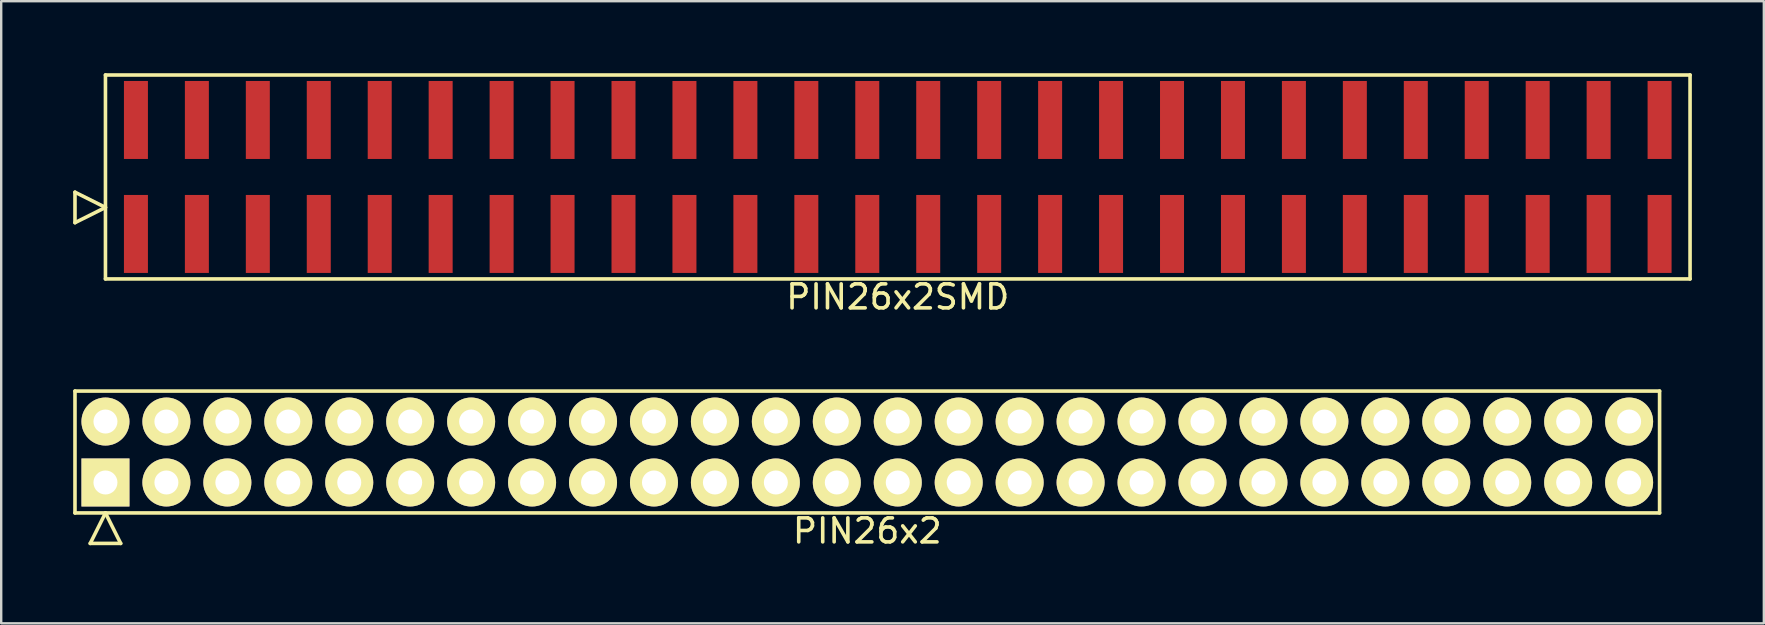
<source format=kicad_pcb>
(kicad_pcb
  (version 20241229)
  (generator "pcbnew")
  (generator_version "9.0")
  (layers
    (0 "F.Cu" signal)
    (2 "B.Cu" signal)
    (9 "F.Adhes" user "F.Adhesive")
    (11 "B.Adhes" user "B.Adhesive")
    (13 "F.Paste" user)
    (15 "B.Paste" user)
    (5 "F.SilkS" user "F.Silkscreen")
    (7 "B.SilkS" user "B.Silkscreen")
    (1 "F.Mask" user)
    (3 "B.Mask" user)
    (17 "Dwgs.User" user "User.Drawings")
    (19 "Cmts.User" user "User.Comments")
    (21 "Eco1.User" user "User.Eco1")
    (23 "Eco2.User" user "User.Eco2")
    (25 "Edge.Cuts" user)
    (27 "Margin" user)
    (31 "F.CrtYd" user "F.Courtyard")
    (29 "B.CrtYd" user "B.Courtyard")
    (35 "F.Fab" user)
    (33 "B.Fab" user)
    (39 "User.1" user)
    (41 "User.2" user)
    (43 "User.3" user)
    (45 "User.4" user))
  (footprint "PIN26x2"
    (layer "F.Cu")
    (at 33.095 15.788)
    (property "Reference" "PIN26x2" (at 0 3.29 0) (layer "F.SilkS") (effects (font (size 1 1) (thickness 0.15))))
    (attr through_hole)
    (fp_line (start -33.02 -2.54) (end -33.02 2.54) (stroke (width 0.15) (type solid)) (layer "F.SilkS"))
    (fp_line (start -33.02 2.54) (end 33.02 2.54) (stroke (width 0.15) (type solid)) (layer "F.SilkS"))
    (fp_line (start -32.385 3.81) (end -31.75 2.54) (stroke (width 0.15) (type solid)) (layer "F.SilkS"))
    (fp_line (start -32.385 3.81) (end -31.115 3.81) (stroke (width 0.15) (type solid)) (layer "F.SilkS"))
    (fp_line (start -31.115 3.81) (end -31.75 2.54) (stroke (width 0.15) (type solid)) (layer "F.SilkS"))
    (fp_line (start 33.02 -2.54) (end -33.02 -2.54) (stroke (width 0.15) (type solid)) (layer "F.SilkS"))
    (fp_line (start 33.02 2.54) (end 33.02 -2.54) (stroke (width 0.15) (type solid)) (layer "F.SilkS"))
    (pad "1" thru_hole rect (at -31.75 1.27) (size 2 2) (drill 1) (layers "*.Cu" "*.Mask" "F.SilkS"))
    (pad "2" thru_hole oval (at -31.75 -1.27) (size 2 2) (drill 1) (layers "*.Cu" "*.Mask" "F.SilkS"))
    (pad "3" thru_hole oval (at -29.21 1.27) (size 2 2) (drill 1) (layers "*.Cu" "*.Mask" "F.SilkS"))
    (pad "4" thru_hole oval (at -29.21 -1.27) (size 2 2) (drill 1) (layers "*.Cu" "*.Mask" "F.SilkS"))
    (pad "5" thru_hole oval (at -26.67 1.27) (size 2 2) (drill 1) (layers "*.Cu" "*.Mask" "F.SilkS"))
    (pad "6" thru_hole oval (at -26.67 -1.27) (size 2 2) (drill 1) (layers "*.Cu" "*.Mask" "F.SilkS"))
    (pad "7" thru_hole oval (at -24.13 1.27) (size 2 2) (drill 1) (layers "*.Cu" "*.Mask" "F.SilkS"))
    (pad "8" thru_hole oval (at -24.13 -1.27) (size 2 2) (drill 1) (layers "*.Cu" "*.Mask" "F.SilkS"))
    (pad "9" thru_hole oval (at -21.59 1.27) (size 2 2) (drill 1) (layers "*.Cu" "*.Mask" "F.SilkS"))
    (pad "10" thru_hole oval (at -21.59 -1.27) (size 2 2) (drill 1) (layers "*.Cu" "*.Mask" "F.SilkS"))
    (pad "11" thru_hole oval (at -19.05 1.27) (size 2 2) (drill 1) (layers "*.Cu" "*.Mask" "F.SilkS"))
    (pad "12" thru_hole oval (at -19.05 -1.27) (size 2 2) (drill 1) (layers "*.Cu" "*.Mask" "F.SilkS"))
    (pad "13" thru_hole oval (at -16.51 1.27) (size 2 2) (drill 1) (layers "*.Cu" "*.Mask" "F.SilkS"))
    (pad "14" thru_hole oval (at -16.51 -1.27) (size 2 2) (drill 1) (layers "*.Cu" "*.Mask" "F.SilkS"))
    (pad "15" thru_hole oval (at -13.97 1.27) (size 2 2) (drill 1) (layers "*.Cu" "*.Mask" "F.SilkS"))
    (pad "16" thru_hole oval (at -13.97 -1.27) (size 2 2) (drill 1) (layers "*.Cu" "*.Mask" "F.SilkS"))
    (pad "17" thru_hole oval (at -11.43 1.27) (size 2 2) (drill 1) (layers "*.Cu" "*.Mask" "F.SilkS"))
    (pad "18" thru_hole oval (at -11.43 -1.27) (size 2 2) (drill 1) (layers "*.Cu" "*.Mask" "F.SilkS"))
    (pad "19" thru_hole oval (at -8.89 1.27) (size 2 2) (drill 1) (layers "*.Cu" "*.Mask" "F.SilkS"))
    (pad "20" thru_hole oval (at -8.89 -1.27) (size 2 2) (drill 1) (layers "*.Cu" "*.Mask" "F.SilkS"))
    (pad "21" thru_hole oval (at -6.35 1.27) (size 2 2) (drill 1) (layers "*.Cu" "*.Mask" "F.SilkS"))
    (pad "22" thru_hole oval (at -6.35 -1.27) (size 2 2) (drill 1) (layers "*.Cu" "*.Mask" "F.SilkS"))
    (pad "23" thru_hole oval (at -3.81 1.27) (size 2 2) (drill 1) (layers "*.Cu" "*.Mask" "F.SilkS"))
    (pad "24" thru_hole oval (at -3.81 -1.27) (size 2 2) (drill 1) (layers "*.Cu" "*.Mask" "F.SilkS"))
    (pad "25" thru_hole oval (at -1.27 1.27) (size 2 2) (drill 1) (layers "*.Cu" "*.Mask" "F.SilkS"))
    (pad "26" thru_hole oval (at -1.27 -1.27) (size 2 2) (drill 1) (layers "*.Cu" "*.Mask" "F.SilkS"))
    (pad "27" thru_hole oval (at 1.27 1.27) (size 2 2) (drill 1) (layers "*.Cu" "*.Mask" "F.SilkS"))
    (pad "28" thru_hole oval (at 1.27 -1.27) (size 2 2) (drill 1) (layers "*.Cu" "*.Mask" "F.SilkS"))
    (pad "29" thru_hole oval (at 3.81 1.27) (size 2 2) (drill 1) (layers "*.Cu" "*.Mask" "F.SilkS"))
    (pad "30" thru_hole oval (at 3.81 -1.27) (size 2 2) (drill 1) (layers "*.Cu" "*.Mask" "F.SilkS"))
    (pad "31" thru_hole oval (at 6.35 1.27) (size 2 2) (drill 1) (layers "*.Cu" "*.Mask" "F.SilkS"))
    (pad "32" thru_hole oval (at 6.35 -1.27) (size 2 2) (drill 1) (layers "*.Cu" "*.Mask" "F.SilkS"))
    (pad "33" thru_hole oval (at 8.89 1.27) (size 2 2) (drill 1) (layers "*.Cu" "*.Mask" "F.SilkS"))
    (pad "34" thru_hole oval (at 8.89 -1.27) (size 2 2) (drill 1) (layers "*.Cu" "*.Mask" "F.SilkS"))
    (pad "35" thru_hole oval (at 11.43 1.27) (size 2 2) (drill 1) (layers "*.Cu" "*.Mask" "F.SilkS"))
    (pad "36" thru_hole oval (at 11.43 -1.27) (size 2 2) (drill 1) (layers "*.Cu" "*.Mask" "F.SilkS"))
    (pad "37" thru_hole oval (at 13.97 1.27) (size 2 2) (drill 1) (layers "*.Cu" "*.Mask" "F.SilkS"))
    (pad "38" thru_hole oval (at 13.97 -1.27) (size 2 2) (drill 1) (layers "*.Cu" "*.Mask" "F.SilkS"))
    (pad "39" thru_hole oval (at 16.51 1.27) (size 2 2) (drill 1) (layers "*.Cu" "*.Mask" "F.SilkS"))
    (pad "40" thru_hole oval (at 16.51 -1.27) (size 2 2) (drill 1) (layers "*.Cu" "*.Mask" "F.SilkS"))
    (pad "41" thru_hole oval (at 19.05 1.27) (size 2 2) (drill 1) (layers "*.Cu" "*.Mask" "F.SilkS"))
    (pad "42" thru_hole oval (at 19.05 -1.27) (size 2 2) (drill 1) (layers "*.Cu" "*.Mask" "F.SilkS"))
    (pad "43" thru_hole oval (at 21.59 1.27) (size 2 2) (drill 1) (layers "*.Cu" "*.Mask" "F.SilkS"))
    (pad "44" thru_hole oval (at 21.59 -1.27) (size 2 2) (drill 1) (layers "*.Cu" "*.Mask" "F.SilkS"))
    (pad "45" thru_hole oval (at 24.13 1.27) (size 2 2) (drill 1) (layers "*.Cu" "*.Mask" "F.SilkS"))
    (pad "46" thru_hole oval (at 24.13 -1.27) (size 2 2) (drill 1) (layers "*.Cu" "*.Mask" "F.SilkS"))
    (pad "47" thru_hole oval (at 26.67 1.27) (size 2 2) (drill 1) (layers "*.Cu" "*.Mask" "F.SilkS"))
    (pad "48" thru_hole oval (at 26.67 -1.27) (size 2 2) (drill 1) (layers "*.Cu" "*.Mask" "F.SilkS"))
    (pad "49" thru_hole oval (at 29.21 1.27) (size 2 2) (drill 1) (layers "*.Cu" "*.Mask" "F.SilkS"))
    (pad "50" thru_hole oval (at 29.21 -1.27) (size 2 2) (drill 1) (layers "*.Cu" "*.Mask" "F.SilkS"))
    (pad "51" thru_hole oval (at 31.75 1.27) (size 2 2) (drill 1) (layers "*.Cu" "*.Mask" "F.SilkS"))
    (pad "52" thru_hole oval (at 31.75 -1.27) (size 2 2) (drill 1) (layers "*.Cu" "*.Mask" "F.SilkS")))
  (footprint "PIN26x2SMD"
    (layer "F.Cu")
    (at 34.365 4.325)
    (property "Reference" "PIN26x2SMD" (at 0 5 0) (layer "F.SilkS") (effects (font (size 1 1) (thickness 0.15))))
    (attr through_hole)
    (fp_line (start -34.29 1.905) (end -34.29 0.635) (stroke (width 0.15) (type solid)) (layer "F.SilkS"))
    (fp_line (start -33.02 -4.25) (end -33.02 4.25) (stroke (width 0.15) (type solid)) (layer "F.SilkS"))
    (fp_line (start -33.02 1.27) (end -34.29 0.635) (stroke (width 0.15) (type solid)) (layer "F.SilkS"))
    (fp_line (start -33.02 1.27) (end -34.29 1.905) (stroke (width 0.15) (type solid)) (layer "F.SilkS"))
    (fp_line (start -33.02 4.25) (end 33.02 4.25) (stroke (width 0.15) (type solid)) (layer "F.SilkS"))
    (fp_line (start 33.02 -4.25) (end -33.02 -4.25) (stroke (width 0.15) (type solid)) (layer "F.SilkS"))
    (fp_line (start 33.02 4.25) (end 33.02 -4.25) (stroke (width 0.15) (type solid)) (layer "F.SilkS"))
    (pad "1" smd rect (at -31.75 2.375) (size 1 3.25) (layers "F.Cu" "F.Mask" "F.Paste"))
    (pad "2" smd rect (at -31.75 -2.375) (size 1 3.25) (layers "F.Cu" "F.Mask" "F.Paste"))
    (pad "3" smd rect (at -29.21 2.375) (size 1 3.25) (layers "F.Cu" "F.Mask" "F.Paste"))
    (pad "4" smd rect (at -29.21 -2.375) (size 1 3.25) (layers "F.Cu" "F.Mask" "F.Paste"))
    (pad "5" smd rect (at -26.67 2.375) (size 1 3.25) (layers "F.Cu" "F.Mask" "F.Paste"))
    (pad "6" smd rect (at -26.67 -2.375) (size 1 3.25) (layers "F.Cu" "F.Mask" "F.Paste"))
    (pad "7" smd rect (at -24.13 2.375) (size 1 3.25) (layers "F.Cu" "F.Mask" "F.Paste"))
    (pad "8" smd rect (at -24.13 -2.375) (size 1 3.25) (layers "F.Cu" "F.Mask" "F.Paste"))
    (pad "9" smd rect (at -21.59 2.375) (size 1 3.25) (layers "F.Cu" "F.Mask" "F.Paste"))
    (pad "10" smd rect (at -21.59 -2.375) (size 1 3.25) (layers "F.Cu" "F.Mask" "F.Paste"))
    (pad "11" smd rect (at -19.05 2.375) (size 1 3.25) (layers "F.Cu" "F.Mask" "F.Paste"))
    (pad "12" smd rect (at -19.05 -2.375) (size 1 3.25) (layers "F.Cu" "F.Mask" "F.Paste"))
    (pad "13" smd rect (at -16.51 2.375) (size 1 3.25) (layers "F.Cu" "F.Mask" "F.Paste"))
    (pad "14" smd rect (at -16.51 -2.375) (size 1 3.25) (layers "F.Cu" "F.Mask" "F.Paste"))
    (pad "15" smd rect (at -13.97 2.375) (size 1 3.25) (layers "F.Cu" "F.Mask" "F.Paste"))
    (pad "16" smd rect (at -13.97 -2.375) (size 1 3.25) (layers "F.Cu" "F.Mask" "F.Paste"))
    (pad "17" smd rect (at -11.43 2.375) (size 1 3.25) (layers "F.Cu" "F.Mask" "F.Paste"))
    (pad "18" smd rect (at -11.43 -2.375) (size 1 3.25) (layers "F.Cu" "F.Mask" "F.Paste"))
    (pad "19" smd rect (at -8.89 2.375) (size 1 3.25) (layers "F.Cu" "F.Mask" "F.Paste"))
    (pad "20" smd rect (at -8.89 -2.375) (size 1 3.25) (layers "F.Cu" "F.Mask" "F.Paste"))
    (pad "21" smd rect (at -6.35 2.375) (size 1 3.25) (layers "F.Cu" "F.Mask" "F.Paste"))
    (pad "22" smd rect (at -6.35 -2.375) (size 1 3.25) (layers "F.Cu" "F.Mask" "F.Paste"))
    (pad "23" smd rect (at -3.81 2.375) (size 1 3.25) (layers "F.Cu" "F.Mask" "F.Paste"))
    (pad "24" smd rect (at -3.81 -2.375) (size 1 3.25) (layers "F.Cu" "F.Mask" "F.Paste"))
    (pad "25" smd rect (at -1.27 2.375) (size 1 3.25) (layers "F.Cu" "F.Mask" "F.Paste"))
    (pad "26" smd rect (at -1.27 -2.375) (size 1 3.25) (layers "F.Cu" "F.Mask" "F.Paste"))
    (pad "27" smd rect (at 1.27 2.375) (size 1 3.25) (layers "F.Cu" "F.Mask" "F.Paste"))
    (pad "28" smd rect (at 1.27 -2.375) (size 1 3.25) (layers "F.Cu" "F.Mask" "F.Paste"))
    (pad "29" smd rect (at 3.81 2.375) (size 1 3.25) (layers "F.Cu" "F.Mask" "F.Paste"))
    (pad "30" smd rect (at 3.81 -2.375) (size 1 3.25) (layers "F.Cu" "F.Mask" "F.Paste"))
    (pad "31" smd rect (at 6.35 2.375) (size 1 3.25) (layers "F.Cu" "F.Mask" "F.Paste"))
    (pad "32" smd rect (at 6.35 -2.375) (size 1 3.25) (layers "F.Cu" "F.Mask" "F.Paste"))
    (pad "33" smd rect (at 8.89 2.375) (size 1 3.25) (layers "F.Cu" "F.Mask" "F.Paste"))
    (pad "34" smd rect (at 8.89 -2.375) (size 1 3.25) (layers "F.Cu" "F.Mask" "F.Paste"))
    (pad "35" smd rect (at 11.43 2.375) (size 1 3.25) (layers "F.Cu" "F.Mask" "F.Paste"))
    (pad "36" smd rect (at 11.43 -2.375) (size 1 3.25) (layers "F.Cu" "F.Mask" "F.Paste"))
    (pad "37" smd rect (at 13.97 2.375) (size 1 3.25) (layers "F.Cu" "F.Mask" "F.Paste"))
    (pad "38" smd rect (at 13.97 -2.375) (size 1 3.25) (layers "F.Cu" "F.Mask" "F.Paste"))
    (pad "39" smd rect (at 16.51 2.375) (size 1 3.25) (layers "F.Cu" "F.Mask" "F.Paste"))
    (pad "40" smd rect (at 16.51 -2.375) (size 1 3.25) (layers "F.Cu" "F.Mask" "F.Paste"))
    (pad "41" smd rect (at 19.05 2.375) (size 1 3.25) (layers "F.Cu" "F.Mask" "F.Paste"))
    (pad "42" smd rect (at 19.05 -2.375) (size 1 3.25) (layers "F.Cu" "F.Mask" "F.Paste"))
    (pad "43" smd rect (at 21.59 2.375) (size 1 3.25) (layers "F.Cu" "F.Mask" "F.Paste"))
    (pad "44" smd rect (at 21.59 -2.375) (size 1 3.25) (layers "F.Cu" "F.Mask" "F.Paste"))
    (pad "45" smd rect (at 24.13 2.375) (size 1 3.25) (layers "F.Cu" "F.Mask" "F.Paste"))
    (pad "46" smd rect (at 24.13 -2.375) (size 1 3.25) (layers "F.Cu" "F.Mask" "F.Paste"))
    (pad "47" smd rect (at 26.67 2.375) (size 1 3.25) (layers "F.Cu" "F.Mask" "F.Paste"))
    (pad "48" smd rect (at 26.67 -2.375) (size 1 3.25) (layers "F.Cu" "F.Mask" "F.Paste"))
    (pad "49" smd rect (at 29.21 2.375) (size 1 3.25) (layers "F.Cu" "F.Mask" "F.Paste"))
    (pad "50" smd rect (at 29.21 -2.375) (size 1 3.25) (layers "F.Cu" "F.Mask" "F.Paste"))
    (pad "51" smd rect (at 31.75 2.375) (size 1 3.25) (layers "F.Cu" "F.Mask" "F.Paste"))
    (pad "52" smd rect (at 31.75 -2.375) (size 1 3.25) (layers "F.Cu" "F.Mask" "F.Paste")))
  (gr_rect
    (start -3 -3)
    (end 70.46 22.927)
    (stroke (width 0.1) (type default))
    (fill no)
    (layer "Edge.Cuts")))
</source>
